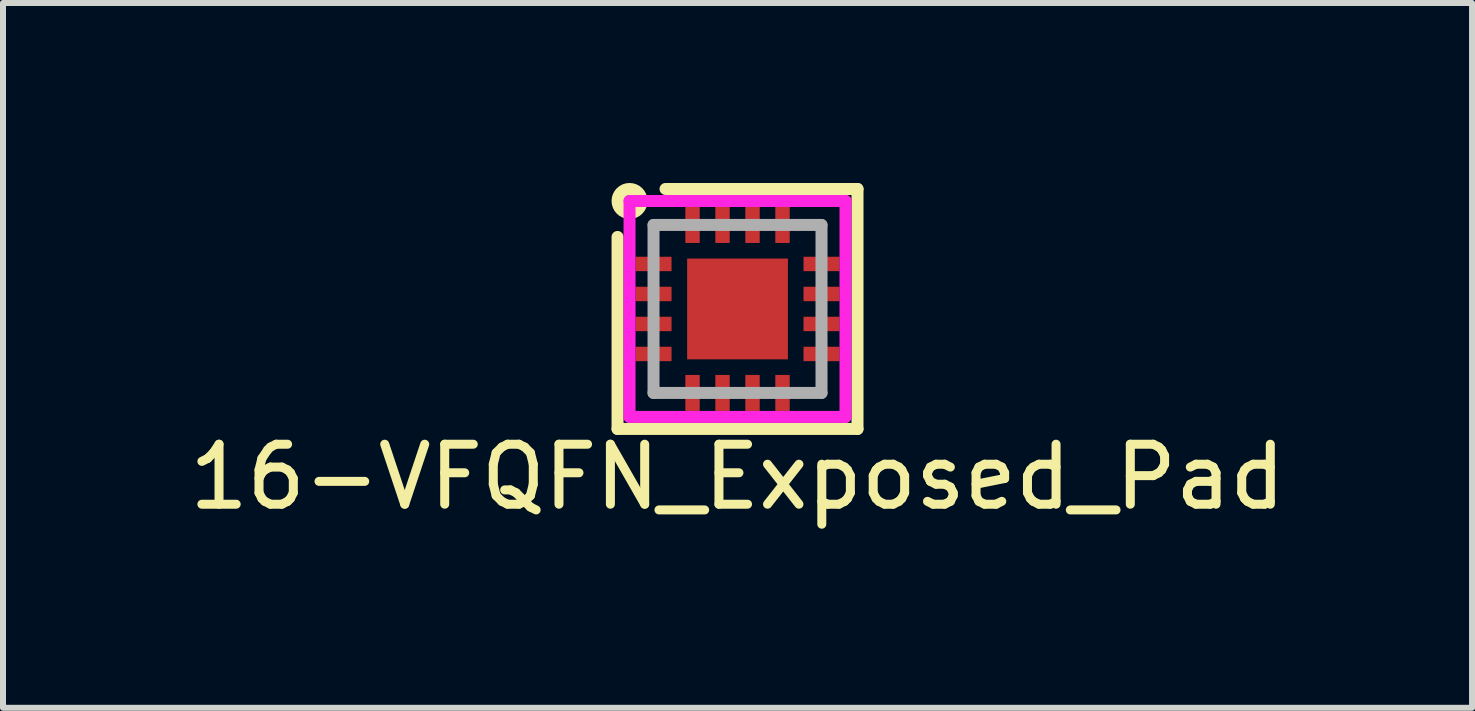
<source format=kicad_pcb>
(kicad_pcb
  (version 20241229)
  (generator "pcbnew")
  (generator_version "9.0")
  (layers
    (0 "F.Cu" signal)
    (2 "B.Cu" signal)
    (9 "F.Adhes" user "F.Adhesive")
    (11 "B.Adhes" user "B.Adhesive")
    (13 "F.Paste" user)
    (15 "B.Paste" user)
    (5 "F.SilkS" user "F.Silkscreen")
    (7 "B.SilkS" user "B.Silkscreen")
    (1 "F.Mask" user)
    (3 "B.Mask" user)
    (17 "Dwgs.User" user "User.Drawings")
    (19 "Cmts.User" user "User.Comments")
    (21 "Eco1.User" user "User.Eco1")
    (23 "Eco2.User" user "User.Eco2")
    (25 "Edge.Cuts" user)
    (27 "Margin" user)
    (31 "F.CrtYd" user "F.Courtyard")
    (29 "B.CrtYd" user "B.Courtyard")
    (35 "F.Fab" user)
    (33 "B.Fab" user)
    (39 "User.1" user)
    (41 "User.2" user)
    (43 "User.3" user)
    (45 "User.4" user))
  (footprint "16-VFQFN_Exposed_Pad"
    (layer "F.Cu")
    (at 9.244 2.1)
    (property "Reference" "16-VFQFN_Exposed_Pad" (at 0 2.8 0) (layer "F.SilkS") (effects (font (size 1 1) (thickness 0.15))))
    (attr through_hole)
    (fp_line (start -2 -1.2) (end -2 2) (stroke (width 0.2) (type solid)) (layer "F.SilkS"))
    (fp_line (start -2 2) (end 2 2) (stroke (width 0.2) (type solid)) (layer "F.SilkS"))
    (fp_line (start -1.2 -2) (end 2 -2) (stroke (width 0.2) (type solid)) (layer "F.SilkS"))
    (fp_line (start 2 2) (end 2 -2) (stroke (width 0.2) (type solid)) (layer "F.SilkS"))
    (fp_circle (center -1.8 -1.8) (end -1.65 -1.8) (stroke (width 0.3) (type solid)) (fill no) (layer "F.SilkS"))
    (fp_line (start -1.8 -1.8) (end 1.8 -1.8) (stroke (width 0.2) (type solid)) (layer "F.CrtYd"))
    (fp_line (start -1.8 1.8) (end -1.8 -1.8) (stroke (width 0.2) (type solid)) (layer "F.CrtYd"))
    (fp_line (start 1.8 -1.8) (end 1.8 1.8) (stroke (width 0.2) (type solid)) (layer "F.CrtYd"))
    (fp_line (start 1.8 1.8) (end -1.8 1.8) (stroke (width 0.2) (type solid)) (layer "F.CrtYd"))
    (fp_line (start -1.4 -1.4) (end 1.4 -1.4) (stroke (width 0.2) (type solid)) (layer "F.Fab"))
    (fp_line (start -1.4 1.4) (end -1.4 -1.4) (stroke (width 0.2) (type solid)) (layer "F.Fab"))
    (fp_line (start 1.4 -1.4) (end 1.4 1.4) (stroke (width 0.2) (type solid)) (layer "F.Fab"))
    (fp_line (start 1.4 1.4) (end -1.4 1.4) (stroke (width 0.2) (type solid)) (layer "F.Fab"))
    (pad "1" smd rect (at -1.4 -0.75) (size 0.6 0.24) (layers "F.Cu" "F.Mask" "F.Paste"))
    (pad "2" smd rect (at -1.4 -0.25) (size 0.6 0.24) (layers "F.Cu" "F.Mask" "F.Paste"))
    (pad "3" smd rect (at -1.4 0.25) (size 0.6 0.24) (layers "F.Cu" "F.Mask" "F.Paste"))
    (pad "4" smd rect (at -1.4 0.75) (size 0.6 0.24) (layers "F.Cu" "F.Mask" "F.Paste"))
    (pad "5" smd rect (at -0.75 1.4) (size 0.24 0.6) (layers "F.Cu" "F.Mask" "F.Paste"))
    (pad "6" smd rect (at -0.25 1.4) (size 0.24 0.6) (layers "F.Cu" "F.Mask" "F.Paste"))
    (pad "7" smd rect (at 0.25 1.4) (size 0.24 0.6) (layers "F.Cu" "F.Mask" "F.Paste"))
    (pad "8" smd rect (at 0.75 1.4) (size 0.24 0.6) (layers "F.Cu" "F.Mask" "F.Paste"))
    (pad "9" smd rect (at 1.4 0.75) (size 0.6 0.24) (layers "F.Cu" "F.Mask" "F.Paste"))
    (pad "10" smd rect (at 1.4 0.25) (size 0.6 0.24) (layers "F.Cu" "F.Mask" "F.Paste"))
    (pad "11" smd rect (at 1.4 -0.25) (size 0.6 0.24) (layers "F.Cu" "F.Mask" "F.Paste"))
    (pad "12" smd rect (at 1.4 -0.75) (size 0.6 0.24) (layers "F.Cu" "F.Mask" "F.Paste"))
    (pad "13" smd rect (at 0.75 -1.4) (size 0.24 0.6) (layers "F.Cu" "F.Mask" "F.Paste"))
    (pad "14" smd rect (at 0.25 -1.4) (size 0.24 0.6) (layers "F.Cu" "F.Mask" "F.Paste"))
    (pad "15" smd rect (at -0.25 -1.4) (size 0.24 0.6) (layers "F.Cu" "F.Mask" "F.Paste"))
    (pad "16" smd rect (at -0.75 -1.4) (size 0.24 0.6) (layers "F.Cu" "F.Mask" "F.Paste"))
    (pad "17" smd rect (at 0 0) (size 1.68 1.68) (layers "F.Cu" "F.Mask" "F.Paste")))
  (gr_rect
    (start -3 -3)
    (end 21.488 8.748)
    (stroke (width 0.1) (type default))
    (fill no)
    (layer "Edge.Cuts")))
</source>
